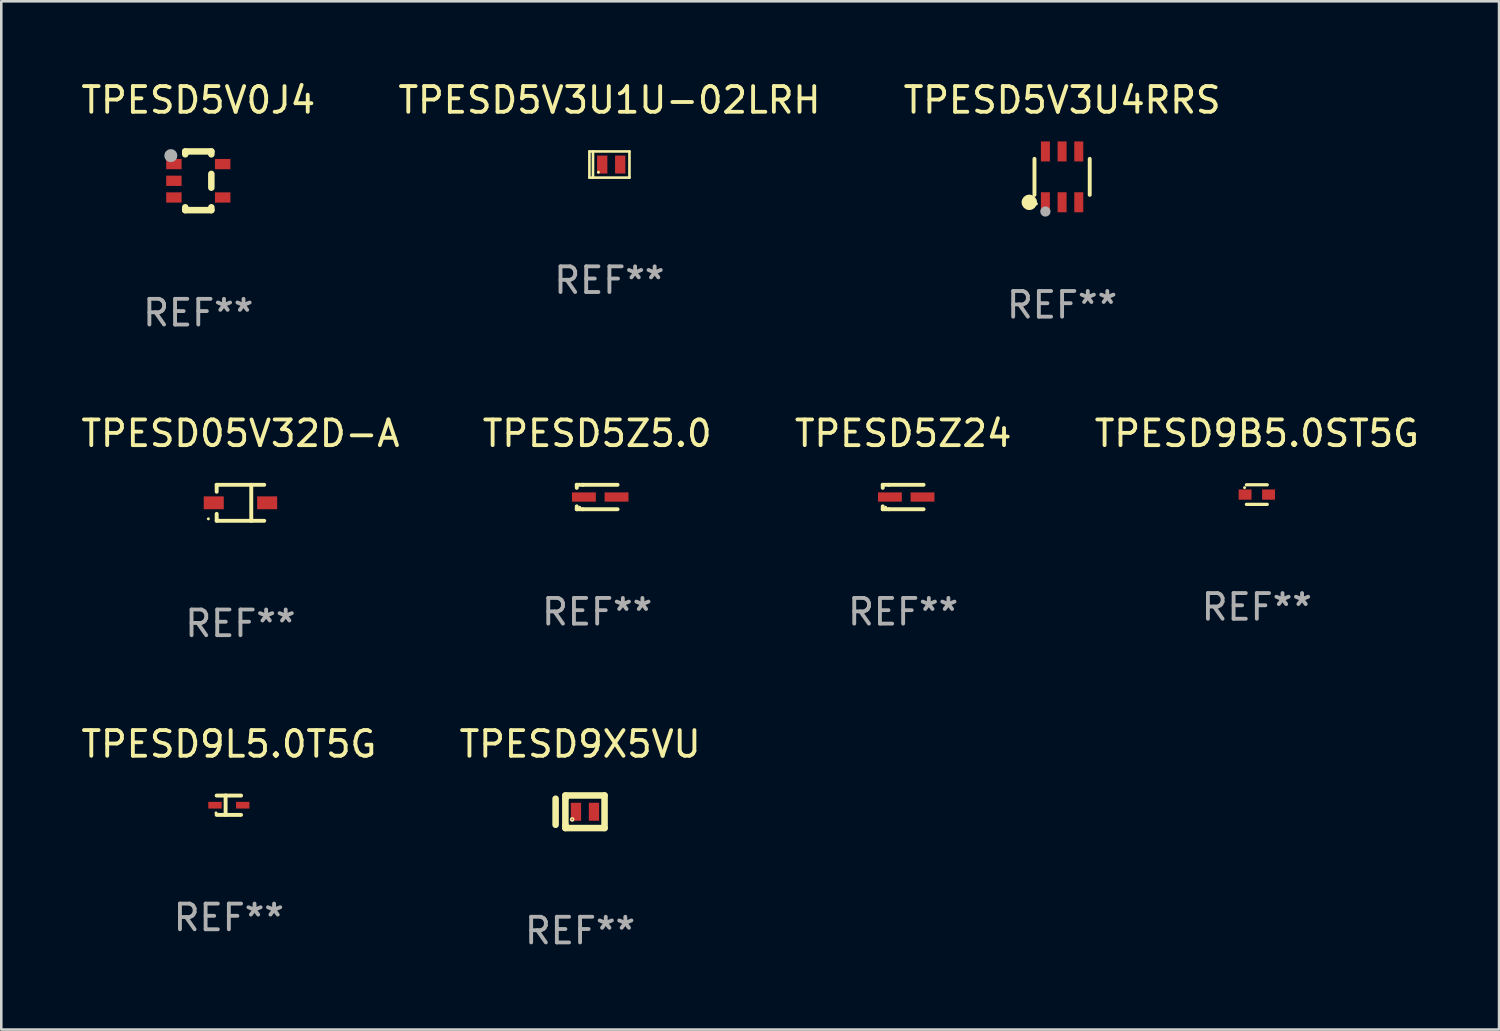
<source format=kicad_pcb>
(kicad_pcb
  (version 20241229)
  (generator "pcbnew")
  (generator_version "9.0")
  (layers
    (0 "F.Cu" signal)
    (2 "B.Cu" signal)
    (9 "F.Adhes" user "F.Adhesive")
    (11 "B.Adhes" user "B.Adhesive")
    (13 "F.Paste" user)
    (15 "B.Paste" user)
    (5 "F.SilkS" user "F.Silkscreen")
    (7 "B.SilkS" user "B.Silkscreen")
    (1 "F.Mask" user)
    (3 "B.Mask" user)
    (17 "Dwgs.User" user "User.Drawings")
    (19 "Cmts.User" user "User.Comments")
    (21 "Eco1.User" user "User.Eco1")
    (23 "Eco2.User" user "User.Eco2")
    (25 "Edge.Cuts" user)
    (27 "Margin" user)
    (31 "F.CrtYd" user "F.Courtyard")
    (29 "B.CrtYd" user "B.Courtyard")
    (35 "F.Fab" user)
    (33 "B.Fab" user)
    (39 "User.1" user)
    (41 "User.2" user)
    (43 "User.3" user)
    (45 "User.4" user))
  (footprint "TPESD9L5.0T5G"
    (layer "F.Cu")
    (at 5.863 28.308)
    (property "Reference" "TPESD9L5.0T5G" (at 0 -2.379 0) (layer "F.SilkS") (effects (font (size 1 1) (thickness 0.15))))
    (attr through_hole)
    (fp_line (start -0.476 -0.374) (end 0.476 -0.374) (stroke (width 0.152) (type solid)) (layer "F.SilkS"))
    (fp_line (start -0.476 0.379) (end 0.476 0.379) (stroke (width 0.152) (type solid)) (layer "F.SilkS"))
    (fp_line (start -0.127 -0.379) (end -0.127 0.374) (stroke (width 0.152) (type solid)) (layer "F.SilkS"))
    (fp_circle (center -0.5 0.302) (end -0.47 0.302) (stroke (width 0.06) (type solid)) (fill no) (layer "F.SilkS"))
    (fp_text user "REF**" (at 0 4.379 0) (layer "F.Fab") (effects (font (size 1 1) (thickness 0.15))))
    (pad "1" smd rect (at -0.54 0.002 180) (size 0.52 0.26) (layers "F.Cu" "F.Mask" "F.Paste"))
    (pad "2" smd rect (at 0.54 0.002 180) (size 0.52 0.26) (layers "F.Cu" "F.Mask" "F.Paste")))
  (footprint "TPESD9X5VU"
    (layer "F.Cu")
    (at 19.542 28.565)
    (property "Reference" "TPESD9X5VU" (at 0 -2.635 0) (layer "F.SilkS") (effects (font (size 1 1) (thickness 0.15))))
    (attr through_hole)
    (fp_line (start -0.953 -0.508) (end -0.953 0.508) (stroke (width 0.254) (type solid)) (layer "F.SilkS"))
    (fp_line (start -0.572 -0.635) (end -0.572 -0.508) (stroke (width 0.254) (type solid)) (layer "F.SilkS"))
    (fp_line (start -0.572 -0.508) (end -0.572 0.508) (stroke (width 0.254) (type solid)) (layer "F.SilkS"))
    (fp_line (start -0.572 0.508) (end -0.572 0.635) (stroke (width 0.254) (type solid)) (layer "F.SilkS"))
    (fp_line (start -0.572 0.635) (end 0.953 0.635) (stroke (width 0.254) (type solid)) (layer "F.SilkS"))
    (fp_line (start 0.953 -0.635) (end -0.572 -0.635) (stroke (width 0.254) (type solid)) (layer "F.SilkS"))
    (fp_line (start 0.953 0.635) (end 0.953 -0.635) (stroke (width 0.254) (type solid)) (layer "F.SilkS"))
    (fp_circle (center -0.309 0.3) (end -0.28 0.3) (stroke (width 0.06) (type solid)) (fill no) (layer "F.SilkS"))
    (fp_text user "REF**" (at 0 4.635 0) (layer "F.Fab") (effects (font (size 1 1) (thickness 0.15))))
    (pad "1" smd rect (at -0.16 0) (size 0.4 0.7) (layers "F.Cu" "F.Mask" "F.Paste"))
    (pad "2" smd rect (at 0.541 0) (size 0.4 0.7) (layers "F.Cu" "F.Mask" "F.Paste")))
  (footprint "TPESD5Z24"
    (layer "F.Cu")
    (at 32.125 16.307)
    (property "Reference" "TPESD5Z24" (at 0 -2.476 0) (layer "F.SilkS") (effects (font (size 1 1) (thickness 0.15))))
    (attr through_hole)
    (fp_line (start -0.795 -0.476) (end -0.795 -0.356) (stroke (width 0.152) (type solid)) (layer "F.SilkS"))
    (fp_line (start -0.795 0.363) (end -0.795 0.476) (stroke (width 0.152) (type solid)) (layer "F.SilkS"))
    (fp_line (start -0.795 0.476) (end -0.557 0.476) (stroke (width 0.152) (type solid)) (layer "F.SilkS"))
    (fp_line (start -0.557 -0.476) (end -0.795 -0.476) (stroke (width 0.152) (type solid)) (layer "F.SilkS"))
    (fp_line (start -0.557 -0.476) (end 0.795 -0.476) (stroke (width 0.152) (type solid)) (layer "F.SilkS"))
    (fp_line (start -0.557 0.476) (end 0.795 0.476) (stroke (width 0.152) (type solid)) (layer "F.SilkS"))
    (fp_circle (center -0.681 0.4) (end -0.651 0.4) (stroke (width 0.06) (type solid)) (fill no) (layer "F.SilkS"))
    (fp_text user "REF**" (at 0 4.476 0) (layer "F.Fab") (effects (font (size 1 1) (thickness 0.15))))
    (pad "1" smd rect (at -0.516 0 180) (size 0.93 0.36) (layers "F.Cu" "F.Mask" "F.Paste"))
    (pad "2" smd rect (at 0.754 0 180) (size 0.93 0.36) (layers "F.Cu" "F.Mask" "F.Paste")))
  (footprint "TPESD5V3U4RRS"
    (layer "F.Cu")
    (at 38.315 3.838)
    (property "Reference" "TPESD5V3U4RRS" (at 0 -2.99 0) (layer "F.SilkS") (effects (font (size 1 1) (thickness 0.15))))
    (attr through_hole)
    (fp_line (start -1.076 0.701) (end -1.076 -0.701) (stroke (width 0.152) (type solid)) (layer "F.SilkS"))
    (fp_line (start 1.076 0.701) (end 1.076 -0.701) (stroke (width 0.152) (type solid)) (layer "F.SilkS"))
    (fp_circle (center -1.277 0.992) (end -1.127 0.992) (stroke (width 0.3) (type solid)) (fill no) (layer "F.SilkS"))
    (fp_circle (center -1 1.05) (end -0.97 1.05) (stroke (width 0.06) (type solid)) (fill no) (layer "F.SilkS"))
    (fp_circle (center -0.65 1.35) (end -0.55 1.35) (stroke (width 0.2) (type solid)) (fill no) (layer "F.Fab"))
    (fp_text user "REF**" (at 0 4.99 0) (layer "F.Fab") (effects (font (size 1 1) (thickness 0.15))))
    (pad "1" smd rect (at -0.65 0.99) (size 0.35 0.78) (layers "F.Cu" "F.Mask" "F.Paste"))
    (pad "2" smd rect (at 0 0.99) (size 0.35 0.78) (layers "F.Cu" "F.Mask" "F.Paste"))
    (pad "3" smd rect (at 0.65 0.99) (size 0.35 0.78) (layers "F.Cu" "F.Mask" "F.Paste"))
    (pad "4" smd rect (at 0.65 -0.99) (size 0.35 0.78) (layers "F.Cu" "F.Mask" "F.Paste"))
    (pad "5" smd rect (at 0 -0.99) (size 0.35 0.78) (layers "F.Cu" "F.Mask" "F.Paste"))
    (pad "6" smd rect (at -0.65 -0.99) (size 0.35 0.78) (layers "F.Cu" "F.Mask" "F.Paste")))
  (footprint "TPESD9B5.0ST5G"
    (layer "F.Cu")
    (at 45.899 16.212)
    (property "Reference" "TPESD9B5.0ST5G" (at 0 -2.381 0) (layer "F.SilkS") (effects (font (size 1 1) (thickness 0.15))))
    (attr through_hole)
    (fp_line (start -0.406 -0.381) (end 0.406 -0.381) (stroke (width 0.127) (type solid)) (layer "F.SilkS"))
    (fp_line (start 0.406 0.381) (end -0.406 0.381) (stroke (width 0.127) (type solid)) (layer "F.SilkS"))
    (fp_circle (center -0.477 -0.27) (end -0.447 -0.27) (stroke (width 0.06) (type solid)) (fill no) (layer "F.SilkS"))
    (fp_text user "REF**" (at 0 4.381 0) (layer "F.Fab") (effects (font (size 1 1) (thickness 0.15))))
    (pad "1" smd rect (at -0.457 0 90) (size 0.4 0.5) (layers "F.Cu" "F.Mask" "F.Paste"))
    (pad "2" smd rect (at 0.457 0 90) (size 0.4 0.5) (layers "F.Cu" "F.Mask" "F.Paste")))
  (footprint "TPESD5Z5.0"
    (layer "F.Cu")
    (at 20.208 16.307)
    (property "Reference" "TPESD5Z5.0" (at 0 -2.476 0) (layer "F.SilkS") (effects (font (size 1 1) (thickness 0.15))))
    (attr through_hole)
    (fp_line (start -0.795 -0.476) (end -0.795 -0.356) (stroke (width 0.152) (type solid)) (layer "F.SilkS"))
    (fp_line (start -0.795 0.363) (end -0.795 0.476) (stroke (width 0.152) (type solid)) (layer "F.SilkS"))
    (fp_line (start -0.795 0.476) (end -0.557 0.476) (stroke (width 0.152) (type solid)) (layer "F.SilkS"))
    (fp_line (start -0.557 -0.476) (end -0.795 -0.476) (stroke (width 0.152) (type solid)) (layer "F.SilkS"))
    (fp_line (start -0.557 -0.476) (end 0.795 -0.476) (stroke (width 0.152) (type solid)) (layer "F.SilkS"))
    (fp_line (start -0.557 0.476) (end 0.795 0.476) (stroke (width 0.152) (type solid)) (layer "F.SilkS"))
    (fp_circle (center -0.681 0.4) (end -0.651 0.4) (stroke (width 0.06) (type solid)) (fill no) (layer "F.SilkS"))
    (fp_text user "REF**" (at 0 4.476 0) (layer "F.Fab") (effects (font (size 1 1) (thickness 0.15))))
    (pad "1" smd rect (at -0.516 0 180) (size 0.93 0.36) (layers "F.Cu" "F.Mask" "F.Paste"))
    (pad "2" smd rect (at 0.754 0 180) (size 0.93 0.36) (layers "F.Cu" "F.Mask" "F.Paste")))
  (footprint "TPESD5V3U1U-02LRH"
    (layer "F.Cu")
    (at 20.685 3.358)
    (property "Reference" "TPESD5V3U1U-02LRH" (at 0 -2.51 0) (layer "F.SilkS") (effects (font (size 1 1) (thickness 0.15))))
    (attr through_hole)
    (fp_line (start -0.78 -0.51) (end -0.78 0.51) (stroke (width 0.102) (type solid)) (layer "F.SilkS"))
    (fp_line (start -0.78 -0.51) (end 0.78 -0.51) (stroke (width 0.102) (type solid)) (layer "F.SilkS"))
    (fp_line (start -0.78 0.51) (end 0.78 0.51) (stroke (width 0.102) (type solid)) (layer "F.SilkS"))
    (fp_line (start -0.64 -0.51) (end -0.64 0.51) (stroke (width 0.102) (type solid)) (layer "F.SilkS"))
    (fp_line (start 0.78 -0.51) (end 0.78 0.51) (stroke (width 0.102) (type solid)) (layer "F.SilkS"))
    (fp_circle (center -0.43 0.3) (end -0.4 0.3) (stroke (width 0.06) (type solid)) (fill no) (layer "F.SilkS"))
    (fp_text user "REF**" (at 0 4.51 0) (layer "F.Fab") (effects (font (size 1 1) (thickness 0.15))))
    (pad "1" smd rect (at -0.28 0) (size 0.4 0.7) (layers "F.Cu" "F.Mask" "F.Paste"))
    (pad "2" smd rect (at 0.42 0) (size 0.4 0.7) (layers "F.Cu" "F.Mask" "F.Paste")))
  (footprint "TPESD05V32D-A"
    (layer "F.Cu")
    (at 6.315 16.532)
    (property "Reference" "TPESD05V32D-A" (at 0 -2.701 0) (layer "F.SilkS") (effects (font (size 1 1) (thickness 0.15))))
    (attr through_hole)
    (fp_line (start -0.926 -0.701) (end -0.926 -0.43) (stroke (width 0.152) (type solid)) (layer "F.SilkS"))
    (fp_line (start -0.926 -0.701) (end 0.926 -0.701) (stroke (width 0.152) (type solid)) (layer "F.SilkS"))
    (fp_line (start -0.926 0.43) (end -0.926 0.701) (stroke (width 0.152) (type solid)) (layer "F.SilkS"))
    (fp_line (start -0.926 0.701) (end 0.926 0.701) (stroke (width 0.152) (type solid)) (layer "F.SilkS"))
    (fp_line (start 0.421 -0.701) (end 0.421 0.701) (stroke (width 0.152) (type solid)) (layer "F.SilkS"))
    (fp_circle (center -1.25 0.625) (end -1.22 0.625) (stroke (width 0.06) (type solid)) (fill no) (layer "F.SilkS"))
    (fp_text user "REF**" (at 0 4.701 0) (layer "F.Fab") (effects (font (size 1 1) (thickness 0.15))))
    (pad "1" smd rect (at -1.04 -0.000051) (size 0.78 0.5) (layers "F.Cu" "F.Mask" "F.Paste"))
    (pad "2" smd rect (at 1.04 -0.000051) (size 0.78 0.5) (layers "F.Cu" "F.Mask" "F.Paste")))
  (footprint "TPESD5V0J4"
    (layer "F.Cu")
    (at 4.673 3.991)
    (property "Reference" "TPESD5V0J4" (at 0 -3.143 0) (layer "F.SilkS") (effects (font (size 1 1) (thickness 0.15))))
    (attr through_hole)
    (fp_line (start -0.508 -1.143) (end 0.508 -1.143) (stroke (width 0.254) (type solid)) (layer "F.SilkS"))
    (fp_line (start -0.508 -1.032) (end -0.508 -1.143) (stroke (width 0.254) (type solid)) (layer "F.SilkS"))
    (fp_line (start -0.508 1.143) (end -0.508 1.032) (stroke (width 0.254) (type solid)) (layer "F.SilkS"))
    (fp_line (start 0.508 -1.143) (end 0.508 -1.032) (stroke (width 0.254) (type solid)) (layer "F.SilkS"))
    (fp_line (start 0.508 -0.268) (end 0.508 0.268) (stroke (width 0.254) (type solid)) (layer "F.SilkS"))
    (fp_line (start 0.508 1.032) (end 0.508 1.143) (stroke (width 0.254) (type solid)) (layer "F.SilkS"))
    (fp_line (start 0.508 1.143) (end -0.508 1.143) (stroke (width 0.254) (type solid)) (layer "F.SilkS"))
    (fp_circle (center -1.05 -1) (end -1.02 -1) (stroke (width 0.06) (type solid)) (fill no) (layer "F.SilkS"))
    (fp_circle (center -1.07 -0.98) (end -0.943 -0.98) (stroke (width 0.254) (type solid)) (fill no) (layer "F.Fab"))
    (fp_text user "REF**" (at 0 5.143 0) (layer "F.Fab") (effects (font (size 1 1) (thickness 0.15))))
    (pad "1" smd rect (at -0.95 -0.65 90) (size 0.4 0.6) (layers "F.Cu" "F.Mask" "F.Paste"))
    (pad "2" smd rect (at -0.95 -0.000076 90) (size 0.4 0.6) (layers "F.Cu" "F.Mask" "F.Paste"))
    (pad "3" smd rect (at -0.95 0.65 90) (size 0.4 0.6) (layers "F.Cu" "F.Mask" "F.Paste"))
    (pad "4" smd rect (at 0.95 0.65 90) (size 0.4 0.6) (layers "F.Cu" "F.Mask" "F.Paste"))
    (pad "5" smd rect (at 0.95 -0.65 90) (size 0.4 0.6) (layers "F.Cu" "F.Mask" "F.Paste")))
  (gr_rect
    (start -3 -3)
    (end 55.333 37.048)
    (stroke (width 0.1) (type default))
    (fill no)
    (layer "Edge.Cuts")))
</source>
